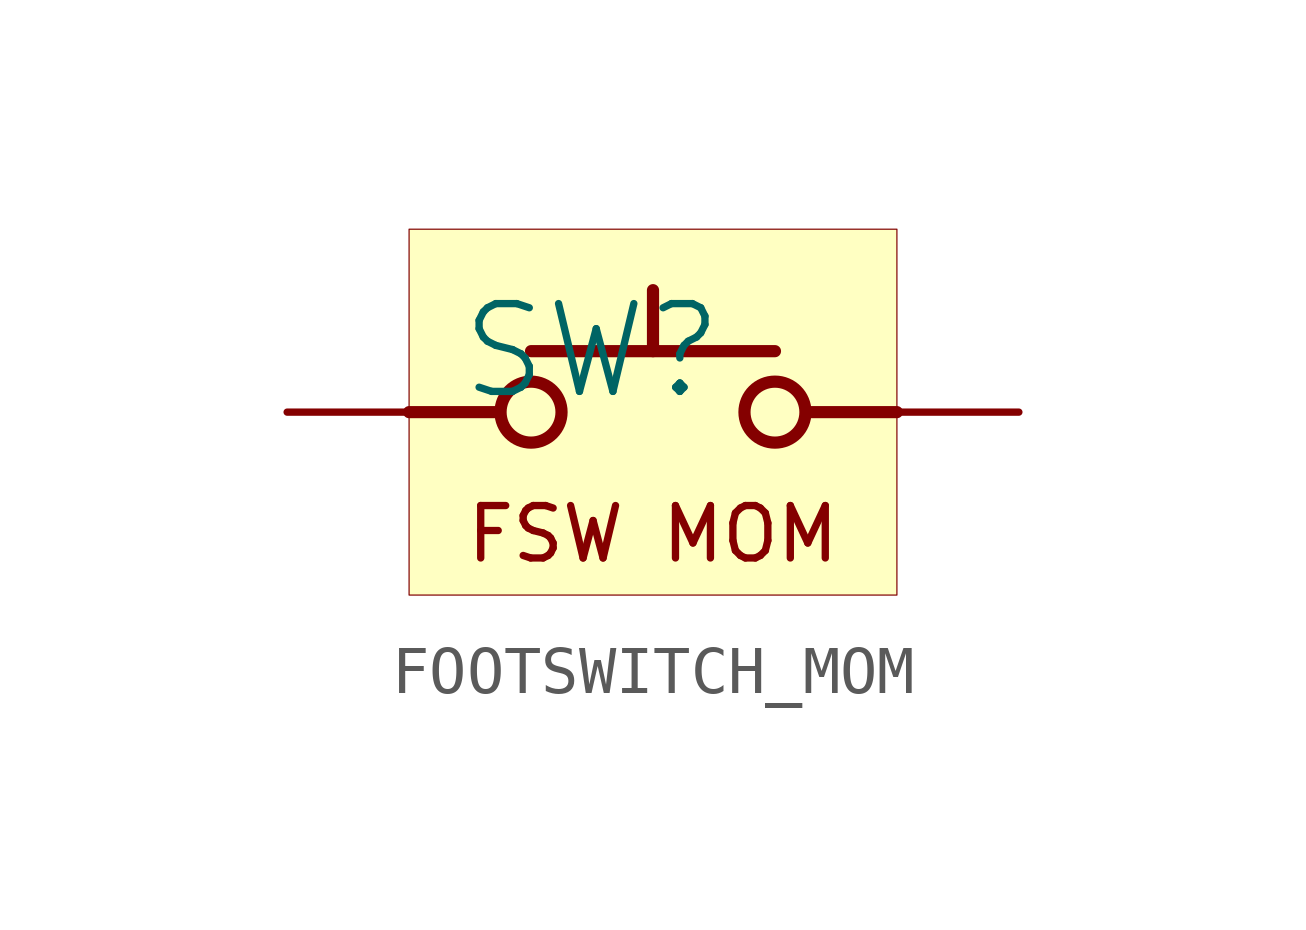
<source format=kicad_sym>
(kicad_symbol_lib
  (version 20231120)
  (generator "kicad_symbol_editor")
  (generator_version "8.0")
  (symbol "FOOTSWITCH_MOM"
    (property "Reference" "SW"
      (at -1.27 1.27 0)
      (effects (font (size 1.829 1.829))))
    (symbol "FOOTSWITCH_MOM_1_0"
      (circle (center -2.54 0) (radius 0.635) (stroke (width 0.254) (type solid)) (fill (type none)))
      (polyline (pts (xy -5.08 0) (xy -3.302 0)) (stroke (width 0.254) (type solid)) (fill (type none)))
      (polyline (pts (xy -2.54 1.27) (xy 2.54 1.27)) (stroke (width 0.254) (type solid)) (fill (type none)))
      (polyline (pts (xy 0 2.54) (xy 0 1.27)) (stroke (width 0.254) (type solid)) (fill (type none)))
      (polyline (pts (xy 3.302 0) (xy 5.08 0)) (stroke (width 0.254) (type solid)) (fill (type none)))
      (circle (center 2.54 0) (radius 0.635) (stroke (width 0.254) (type solid)) (fill (type none)))
      (rectangle (start 5.08 3.81) (end -5.08 -3.81) (stroke (width 0.025) (type solid) (color 128 0 0 1)) (fill (type background)))
      (text "FSW MOM" (at 0 -2.54 0) (effects (font (size 1.092 1.092))))
      (pin passive line (at -7.62 0 0) (length 2.54) (name "" (effects (font (size 1.27 1.27)))) (number "1" (effects (font (size 0 0)))))
      (pin passive line (at 7.62 0 180) (length 2.54) (name "" (effects (font (size 1.27 1.27)))) (number "2" (effects (font (size 0 0))))))))
</source>
